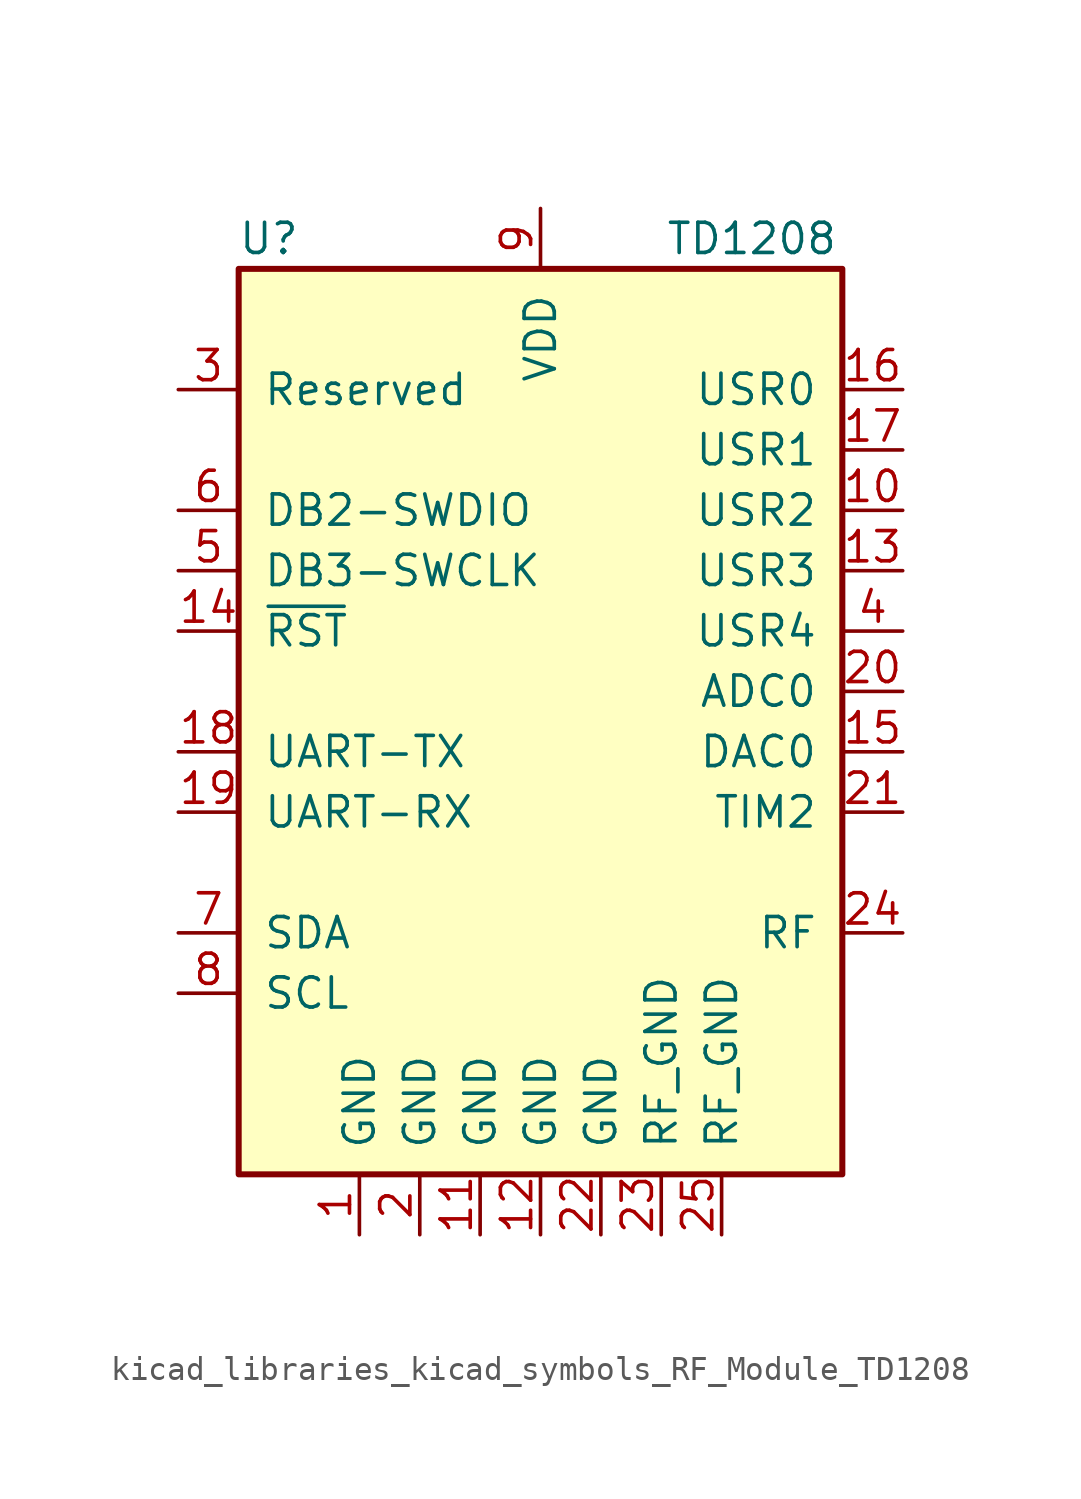
<source format=kicad_sym>
(kicad_symbol_lib
  (version 20220914)
  (generator kicad_symbol_editor)
  (symbol "kicad_libraries_kicad_symbols_RF_Module_TD1208"
    (pin_names
      (offset 1.016))
    (property "Reference" "U"
      (at -11.43 19.05 0)
      (effects (font (size 1.27 1.27))))
    (property "Value" "TD1208"
      (at 8.89 19.05 0)
      (effects (font (size 1.27 1.27))))
    (symbol "kicad_libraries_kicad_symbols_RF_Module_TD1208_0_1"
      (rectangle (start -12.7 17.78) (end 12.7 -20.32) (stroke (width 0.254) (type default)) (fill (type background))))
    (symbol "kicad_libraries_kicad_symbols_RF_Module_TD1208_1_1"
      (pin power_in line (at -7.62 -22.86 90) (length 2.54) (name "GND" (effects (font (size 1.27 1.27)))) (number "1" (effects (font (size 1.27 1.27)))))
      (pin bidirectional line (at 15.24 7.62 180) (length 2.54) (name "USR2" (effects (font (size 1.27 1.27)))) (number "10" (effects (font (size 1.27 1.27)))))
      (pin power_in line (at -2.54 -22.86 90) (length 2.54) (name "GND" (effects (font (size 1.27 1.27)))) (number "11" (effects (font (size 1.27 1.27)))))
      (pin power_in line (at 0 -22.86 90) (length 2.54) (name "GND" (effects (font (size 1.27 1.27)))) (number "12" (effects (font (size 1.27 1.27)))))
      (pin bidirectional line (at 15.24 5.08 180) (length 2.54) (name "USR3" (effects (font (size 1.27 1.27)))) (number "13" (effects (font (size 1.27 1.27)))))
      (pin input line (at -15.24 2.54 0) (length 2.54) (name "~{RST}" (effects (font (size 1.27 1.27)))) (number "14" (effects (font (size 1.27 1.27)))))
      (pin bidirectional line (at 15.24 -2.54 180) (length 2.54) (name "DAC0" (effects (font (size 1.27 1.27)))) (number "15" (effects (font (size 1.27 1.27)))))
      (pin bidirectional line (at 15.24 12.7 180) (length 2.54) (name "USR0" (effects (font (size 1.27 1.27)))) (number "16" (effects (font (size 1.27 1.27)))))
      (pin bidirectional line (at 15.24 10.16 180) (length 2.54) (name "USR1" (effects (font (size 1.27 1.27)))) (number "17" (effects (font (size 1.27 1.27)))))
      (pin bidirectional line (at -15.24 -2.54 0) (length 2.54) (name "UART-TX" (effects (font (size 1.27 1.27)))) (number "18" (effects (font (size 1.27 1.27)))))
      (pin bidirectional line (at -15.24 -5.08 0) (length 2.54) (name "UART-RX" (effects (font (size 1.27 1.27)))) (number "19" (effects (font (size 1.27 1.27)))))
      (pin power_in line (at -5.08 -22.86 90) (length 2.54) (name "GND" (effects (font (size 1.27 1.27)))) (number "2" (effects (font (size 1.27 1.27)))))
      (pin bidirectional line (at 15.24 0 180) (length 2.54) (name "ADC0" (effects (font (size 1.27 1.27)))) (number "20" (effects (font (size 1.27 1.27)))))
      (pin bidirectional line (at 15.24 -5.08 180) (length 2.54) (name "TIM2" (effects (font (size 1.27 1.27)))) (number "21" (effects (font (size 1.27 1.27)))))
      (pin power_in line (at 2.54 -22.86 90) (length 2.54) (name "GND" (effects (font (size 1.27 1.27)))) (number "22" (effects (font (size 1.27 1.27)))))
      (pin power_in line (at 5.08 -22.86 90) (length 2.54) (name "RF_GND" (effects (font (size 1.27 1.27)))) (number "23" (effects (font (size 1.27 1.27)))))
      (pin bidirectional line (at 15.24 -10.16 180) (length 2.54) (name "RF" (effects (font (size 1.27 1.27)))) (number "24" (effects (font (size 1.27 1.27)))))
      (pin power_in line (at 7.62 -22.86 90) (length 2.54) (name "RF_GND" (effects (font (size 1.27 1.27)))) (number "25" (effects (font (size 1.27 1.27)))))
      (pin unspecified line (at -15.24 12.7 0) (length 2.54) (name "Reserved" (effects (font (size 1.27 1.27)))) (number "3" (effects (font (size 1.27 1.27)))))
      (pin bidirectional line (at 15.24 2.54 180) (length 2.54) (name "USR4" (effects (font (size 1.27 1.27)))) (number "4" (effects (font (size 1.27 1.27)))))
      (pin bidirectional line (at -15.24 5.08 0) (length 2.54) (name "DB3-SWCLK" (effects (font (size 1.27 1.27)))) (number "5" (effects (font (size 1.27 1.27)))))
      (pin bidirectional line (at -15.24 7.62 0) (length 2.54) (name "DB2-SWDIO" (effects (font (size 1.27 1.27)))) (number "6" (effects (font (size 1.27 1.27)))))
      (pin bidirectional line (at -15.24 -10.16 0) (length 2.54) (name "SDA" (effects (font (size 1.27 1.27)))) (number "7" (effects (font (size 1.27 1.27)))))
      (pin bidirectional line (at -15.24 -12.7 0) (length 2.54) (name "SCL" (effects (font (size 1.27 1.27)))) (number "8" (effects (font (size 1.27 1.27)))))
      (pin power_in line (at 0 20.32 270) (length 2.54) (name "VDD" (effects (font (size 1.27 1.27)))) (number "9" (effects (font (size 1.27 1.27))))))))
</source>
